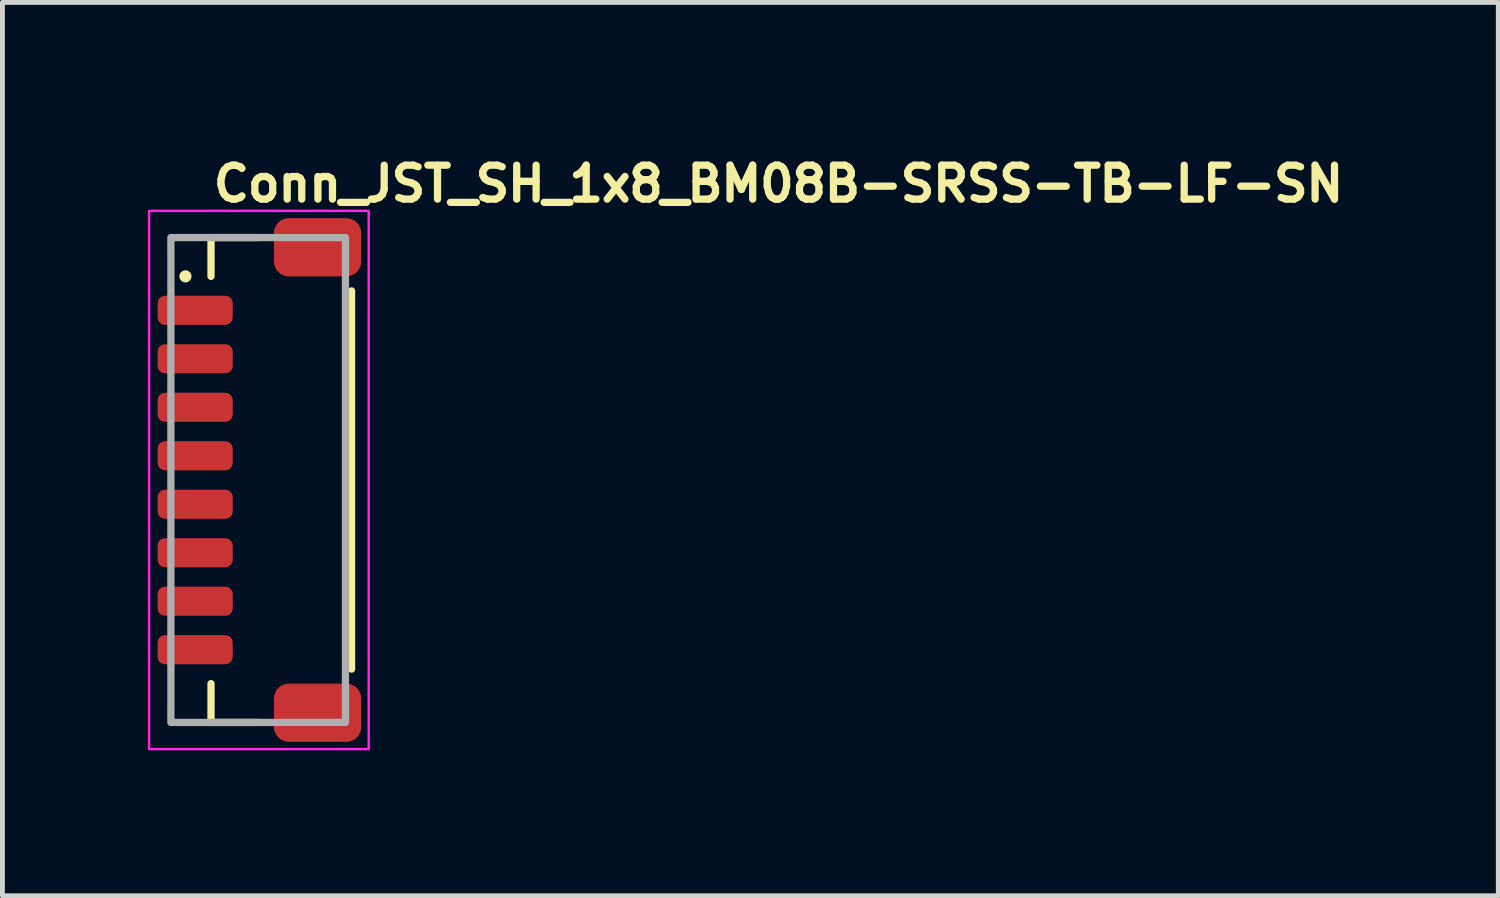
<source format=kicad_pcb>
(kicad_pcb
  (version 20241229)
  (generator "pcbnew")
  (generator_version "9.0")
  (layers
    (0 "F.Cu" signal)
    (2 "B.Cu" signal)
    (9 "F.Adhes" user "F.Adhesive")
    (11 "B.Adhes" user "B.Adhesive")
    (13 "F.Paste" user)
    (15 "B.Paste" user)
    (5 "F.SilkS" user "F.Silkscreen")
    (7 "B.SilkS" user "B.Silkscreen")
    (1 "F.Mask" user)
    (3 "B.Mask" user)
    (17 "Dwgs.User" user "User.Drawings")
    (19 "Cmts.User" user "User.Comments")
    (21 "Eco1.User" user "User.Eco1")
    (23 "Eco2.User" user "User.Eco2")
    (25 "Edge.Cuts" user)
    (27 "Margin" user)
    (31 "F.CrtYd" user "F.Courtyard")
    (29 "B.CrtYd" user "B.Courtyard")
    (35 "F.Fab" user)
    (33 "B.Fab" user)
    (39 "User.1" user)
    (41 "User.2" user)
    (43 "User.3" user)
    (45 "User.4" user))
  (footprint "Conn_JST_SH_1x8_BM08B-SRSS-TB-LF-SN"
    (layer "F.Cu")
    (at 2.275 6.85)
    (property "Reference" "Conn_JST_SH_1x8_BM08B-SRSS-TB-LF-SN" (at -1 -5.7 0) (layer "F.SilkS") (effects (font (size 0.7 0.7) (thickness 0.15)) (justify left bottom)))
    (attr smd)
    (fp_line (start -0.973 -5) (end 0 -5) (stroke (width 0.15) (type solid)) (layer "F.SilkS"))
    (fp_line (start -0.973 -4.2) (end -0.973 -5) (stroke (width 0.15) (type solid)) (layer "F.SilkS"))
    (fp_line (start -0.973 4.2) (end -0.973 5) (stroke (width 0.15) (type solid)) (layer "F.SilkS"))
    (fp_line (start -0.973 5) (end 0 5) (stroke (width 0.15) (type solid)) (layer "F.SilkS"))
    (fp_line (start 1.926 3.9) (end 1.926 -3.9) (stroke (width 0.15) (type solid)) (layer "F.SilkS"))
    (fp_circle (center -1.5 -4.2) (end -1.45 -4.2) (stroke (width 0.15) (type solid)) (fill yes) (layer "F.SilkS"))
    (fp_rect (start -2.25 -5.55) (end 2.28 5.55) (stroke (width 0.05) (type solid)) (fill no) (layer "F.CrtYd"))
    (fp_rect (start -1.8 -5) (end 1.8 5) (stroke (width 0.15) (type solid)) (fill no) (layer "F.Fab"))
    (fp_rect (start -1.8 -5) (end 1.8 5) (stroke (width 0.1) (type solid)) (fill no) (layer "User.5"))
    (fp_line (start -1.8 -3.6) (end -1.8 -3.4) (stroke (width 0.02) (type solid)) (layer "User.9"))
    (fp_line (start -1.8 -3.6) (end -1.1 -3.6) (stroke (width 0.02) (type solid)) (layer "User.9"))
    (fp_line (start -1.8 -3.4) (end -1.1 -3.4) (stroke (width 0.02) (type solid)) (layer "User.9"))
    (fp_line (start -1.8 -2.6) (end -1.8 -2.4) (stroke (width 0.02) (type solid)) (layer "User.9"))
    (fp_line (start -1.8 -2.6) (end -1.1 -2.6) (stroke (width 0.02) (type solid)) (layer "User.9"))
    (fp_line (start -1.8 -2.4) (end -1.1 -2.4) (stroke (width 0.02) (type solid)) (layer "User.9"))
    (fp_line (start -1.8 -1.6) (end -1.8 -1.4) (stroke (width 0.02) (type solid)) (layer "User.9"))
    (fp_line (start -1.8 -1.6) (end -1.1 -1.6) (stroke (width 0.02) (type solid)) (layer "User.9"))
    (fp_line (start -1.8 -1.4) (end -1.1 -1.4) (stroke (width 0.02) (type solid)) (layer "User.9"))
    (fp_line (start -1.8 -0.6) (end -1.8 -0.4) (stroke (width 0.02) (type solid)) (layer "User.9"))
    (fp_line (start -1.8 -0.6) (end -1.1 -0.6) (stroke (width 0.02) (type solid)) (layer "User.9"))
    (fp_line (start -1.8 -0.4) (end -1.1 -0.4) (stroke (width 0.02) (type solid)) (layer "User.9"))
    (fp_line (start -1.8 0.4) (end -1.8 0.6) (stroke (width 0.02) (type solid)) (layer "User.9"))
    (fp_line (start -1.8 0.4) (end -1.1 0.4) (stroke (width 0.02) (type solid)) (layer "User.9"))
    (fp_line (start -1.8 0.6) (end -1.1 0.6) (stroke (width 0.02) (type solid)) (layer "User.9"))
    (fp_line (start -1.8 1.4) (end -1.8 1.6) (stroke (width 0.02) (type solid)) (layer "User.9"))
    (fp_line (start -1.8 1.4) (end -1.1 1.4) (stroke (width 0.02) (type solid)) (layer "User.9"))
    (fp_line (start -1.8 1.6) (end -1.1 1.6) (stroke (width 0.02) (type solid)) (layer "User.9"))
    (fp_line (start -1.8 2.4) (end -1.8 2.6) (stroke (width 0.02) (type solid)) (layer "User.9"))
    (fp_line (start -1.8 2.4) (end -1.1 2.4) (stroke (width 0.02) (type solid)) (layer "User.9"))
    (fp_line (start -1.8 2.6) (end -1.1 2.6) (stroke (width 0.02) (type solid)) (layer "User.9"))
    (fp_line (start -1.8 3.4) (end -1.8 3.6) (stroke (width 0.02) (type solid)) (layer "User.9"))
    (fp_line (start -1.8 3.4) (end -1.1 3.4) (stroke (width 0.02) (type solid)) (layer "User.9"))
    (fp_line (start -1.8 3.6) (end -1.1 3.6) (stroke (width 0.02) (type solid)) (layer "User.9"))
    (fp_line (start -1.1 -5) (end -0.55 -5) (stroke (width 0.02) (type solid)) (layer "User.9"))
    (fp_line (start -1.1 -4.5) (end -1.1 -5) (stroke (width 0.02) (type solid)) (layer "User.9"))
    (fp_line (start -1.1 -4.5) (end -1.1 4.5) (stroke (width 0.02) (type solid)) (layer "User.9"))
    (fp_line (start -1.1 4.5) (end -1.1 5) (stroke (width 0.02) (type solid)) (layer "User.9"))
    (fp_line (start -1.1 5) (end -0.55 5) (stroke (width 0.02) (type solid)) (layer "User.9"))
    (fp_line (start -0.7 -4.2) (end -0.7 4.2) (stroke (width 0.02) (type solid)) (layer "User.9"))
    (fp_line (start -0.7 4.2) (end 0.3 4.2) (stroke (width 0.02) (type solid)) (layer "User.9"))
    (fp_line (start -0.55 -5) (end 0.1 -5) (stroke (width 0.02) (type solid)) (layer "User.9"))
    (fp_line (start -0.55 -4.5) (end -0.55 -5) (stroke (width 0.02) (type solid)) (layer "User.9"))
    (fp_line (start -0.55 4.5) (end -0.55 5) (stroke (width 0.02) (type solid)) (layer "User.9"))
    (fp_line (start -0.55 5) (end 0.1 5) (stroke (width 0.02) (type solid)) (layer "User.9"))
    (fp_line (start 0.1 -4.5) (end -1.1 -4.5) (stroke (width 0.02) (type solid)) (layer "User.9"))
    (fp_line (start 0.1 -4.5) (end 0.1 -5) (stroke (width 0.02) (type solid)) (layer "User.9"))
    (fp_line (start 0.1 4.5) (end -1.1 4.5) (stroke (width 0.02) (type solid)) (layer "User.9"))
    (fp_line (start 0.1 4.5) (end 0.1 5) (stroke (width 0.02) (type solid)) (layer "User.9"))
    (fp_line (start 0.3 -4.55) (end 0.3 -4.2) (stroke (width 0.02) (type solid)) (layer "User.9"))
    (fp_line (start 0.3 -4.2) (end -0.7 -4.2) (stroke (width 0.02) (type solid)) (layer "User.9"))
    (fp_line (start 0.3 -4.2) (end 0.9 -4.2) (stroke (width 0.02) (type solid)) (layer "User.9"))
    (fp_line (start 0.3 4.2) (end 0.3 4.55) (stroke (width 0.02) (type solid)) (layer "User.9"))
    (fp_line (start 0.3 4.55) (end 0.9 4.55) (stroke (width 0.02) (type solid)) (layer "User.9"))
    (fp_line (start 0.5 -3.6) (end 0.5 -3.4) (stroke (width 0.02) (type solid)) (layer "User.9"))
    (fp_line (start 0.5 -3.6) (end 0.63 -3.6) (stroke (width 0.02) (type solid)) (layer "User.9"))
    (fp_line (start 0.5 -3.4) (end 0.63 -3.4) (stroke (width 0.02) (type solid)) (layer "User.9"))
    (fp_line (start 0.5 -2.6) (end 0.5 -2.4) (stroke (width 0.02) (type solid)) (layer "User.9"))
    (fp_line (start 0.5 -2.6) (end 0.63 -2.6) (stroke (width 0.02) (type solid)) (layer "User.9"))
    (fp_line (start 0.5 -2.4) (end 0.63 -2.4) (stroke (width 0.02) (type solid)) (layer "User.9"))
    (fp_line (start 0.5 -1.6) (end 0.5 -1.4) (stroke (width 0.02) (type solid)) (layer "User.9"))
    (fp_line (start 0.5 -1.6) (end 0.63 -1.6) (stroke (width 0.02) (type solid)) (layer "User.9"))
    (fp_line (start 0.5 -1.4) (end 0.63 -1.4) (stroke (width 0.02) (type solid)) (layer "User.9"))
    (fp_line (start 0.5 -0.6) (end 0.5 -0.4) (stroke (width 0.02) (type solid)) (layer "User.9"))
    (fp_line (start 0.5 -0.6) (end 0.63 -0.6) (stroke (width 0.02) (type solid)) (layer "User.9"))
    (fp_line (start 0.5 -0.4) (end 0.63 -0.4) (stroke (width 0.02) (type solid)) (layer "User.9"))
    (fp_line (start 0.5 0.4) (end 0.5 0.6) (stroke (width 0.02) (type solid)) (layer "User.9"))
    (fp_line (start 0.5 0.4) (end 0.63 0.4) (stroke (width 0.02) (type solid)) (layer "User.9"))
    (fp_line (start 0.5 0.6) (end 0.63 0.6) (stroke (width 0.02) (type solid)) (layer "User.9"))
    (fp_line (start 0.5 1.4) (end 0.5 1.6) (stroke (width 0.02) (type solid)) (layer "User.9"))
    (fp_line (start 0.5 1.4) (end 0.63 1.4) (stroke (width 0.02) (type solid)) (layer "User.9"))
    (fp_line (start 0.5 1.6) (end 0.63 1.6) (stroke (width 0.02) (type solid)) (layer "User.9"))
    (fp_line (start 0.5 2.4) (end 0.5 2.6) (stroke (width 0.02) (type solid)) (layer "User.9"))
    (fp_line (start 0.5 2.4) (end 0.63 2.4) (stroke (width 0.02) (type solid)) (layer "User.9"))
    (fp_line (start 0.5 2.6) (end 0.63 2.6) (stroke (width 0.02) (type solid)) (layer "User.9"))
    (fp_line (start 0.5 3.4) (end 0.5 3.6) (stroke (width 0.02) (type solid)) (layer "User.9"))
    (fp_line (start 0.5 3.4) (end 0.63 3.4) (stroke (width 0.02) (type solid)) (layer "User.9"))
    (fp_line (start 0.5 3.6) (end 0.63 3.6) (stroke (width 0.02) (type solid)) (layer "User.9"))
    (fp_line (start 0.63 -3.6) (end 0.63 -3.4) (stroke (width 0.02) (type solid)) (layer "User.9"))
    (fp_line (start 0.63 -3.6) (end 0.98 -3.6) (stroke (width 0.02) (type solid)) (layer "User.9"))
    (fp_line (start 0.63 -3.4) (end 0.98 -3.4) (stroke (width 0.02) (type solid)) (layer "User.9"))
    (fp_line (start 0.63 -2.6) (end 0.63 -2.4) (stroke (width 0.02) (type solid)) (layer "User.9"))
    (fp_line (start 0.63 -2.6) (end 0.98 -2.6) (stroke (width 0.02) (type solid)) (layer "User.9"))
    (fp_line (start 0.63 -2.4) (end 0.98 -2.4) (stroke (width 0.02) (type solid)) (layer "User.9"))
    (fp_line (start 0.63 -1.6) (end 0.63 -1.4) (stroke (width 0.02) (type solid)) (layer "User.9"))
    (fp_line (start 0.63 -1.6) (end 0.98 -1.6) (stroke (width 0.02) (type solid)) (layer "User.9"))
    (fp_line (start 0.63 -1.4) (end 0.98 -1.4) (stroke (width 0.02) (type solid)) (layer "User.9"))
    (fp_line (start 0.63 -0.6) (end 0.63 -0.4) (stroke (width 0.02) (type solid)) (layer "User.9"))
    (fp_line (start 0.63 -0.6) (end 0.98 -0.6) (stroke (width 0.02) (type solid)) (layer "User.9"))
    (fp_line (start 0.63 -0.4) (end 0.98 -0.4) (stroke (width 0.02) (type solid)) (layer "User.9"))
    (fp_line (start 0.63 0.4) (end 0.63 0.6) (stroke (width 0.02) (type solid)) (layer "User.9"))
    (fp_line (start 0.63 0.4) (end 0.98 0.4) (stroke (width 0.02) (type solid)) (layer "User.9"))
    (fp_line (start 0.63 0.6) (end 0.98 0.6) (stroke (width 0.02) (type solid)) (layer "User.9"))
    (fp_line (start 0.63 1.4) (end 0.63 1.6) (stroke (width 0.02) (type solid)) (layer "User.9"))
    (fp_line (start 0.63 1.4) (end 0.98 1.4) (stroke (width 0.02) (type solid)) (layer "User.9"))
    (fp_line (start 0.63 1.6) (end 0.98 1.6) (stroke (width 0.02) (type solid)) (layer "User.9"))
    (fp_line (start 0.63 2.4) (end 0.63 2.6) (stroke (width 0.02) (type solid)) (layer "User.9"))
    (fp_line (start 0.63 2.4) (end 0.98 2.4) (stroke (width 0.02) (type solid)) (layer "User.9"))
    (fp_line (start 0.63 2.6) (end 0.98 2.6) (stroke (width 0.02) (type solid)) (layer "User.9"))
    (fp_line (start 0.63 3.4) (end 0.63 3.6) (stroke (width 0.02) (type solid)) (layer "User.9"))
    (fp_line (start 0.63 3.4) (end 0.98 3.4) (stroke (width 0.02) (type solid)) (layer "User.9"))
    (fp_line (start 0.63 3.6) (end 0.98 3.6) (stroke (width 0.02) (type solid)) (layer "User.9"))
    (fp_line (start 0.9 -4.55) (end 0.3 -4.55) (stroke (width 0.02) (type solid)) (layer "User.9"))
    (fp_line (start 0.9 -4.2) (end 0.9 -4.55) (stroke (width 0.02) (type solid)) (layer "User.9"))
    (fp_line (start 0.9 4.2) (end 0.3 4.2) (stroke (width 0.02) (type solid)) (layer "User.9"))
    (fp_line (start 0.9 4.2) (end 1.4 4.2) (stroke (width 0.02) (type solid)) (layer "User.9"))
    (fp_line (start 0.9 4.55) (end 0.9 4.2) (stroke (width 0.02) (type solid)) (layer "User.9"))
    (fp_line (start 0.98 -3.6) (end 0.98 -3.4) (stroke (width 0.02) (type solid)) (layer "User.9"))
    (fp_line (start 0.98 -2.6) (end 0.98 -2.4) (stroke (width 0.02) (type solid)) (layer "User.9"))
    (fp_line (start 0.98 -1.6) (end 0.98 -1.4) (stroke (width 0.02) (type solid)) (layer "User.9"))
    (fp_line (start 0.98 -0.6) (end 0.98 -0.4) (stroke (width 0.02) (type solid)) (layer "User.9"))
    (fp_line (start 0.98 0.4) (end 0.98 0.6) (stroke (width 0.02) (type solid)) (layer "User.9"))
    (fp_line (start 0.98 1.4) (end 0.98 1.6) (stroke (width 0.02) (type solid)) (layer "User.9"))
    (fp_line (start 0.98 2.4) (end 0.98 2.6) (stroke (width 0.02) (type solid)) (layer "User.9"))
    (fp_line (start 0.98 3.4) (end 0.98 3.6) (stroke (width 0.02) (type solid)) (layer "User.9"))
    (fp_line (start 1.4 -4.2) (end 0.9 -4.2) (stroke (width 0.02) (type solid)) (layer "User.9"))
    (fp_line (start 1.4 4.2) (end 1.4 -4.2) (stroke (width 0.02) (type solid)) (layer "User.9"))
    (fp_line (start 1.8 -5) (end 0.1 -5) (stroke (width 0.02) (type solid)) (layer "User.9"))
    (fp_line (start 1.8 -5) (end 1.8 5) (stroke (width 0.02) (type solid)) (layer "User.9"))
    (fp_line (start 1.8 5) (end 0.1 5) (stroke (width 0.02) (type solid)) (layer "User.9"))
    (pad "1" smd roundrect (at -1.3 -3.5 90) (size 0.6 1.55) (layers "F.Cu" "F.Mask" "F.Paste") (roundrect_rratio 0.25))
    (pad "2" smd roundrect (at -1.3 -2.5 90) (size 0.6 1.55) (layers "F.Cu" "F.Mask" "F.Paste") (roundrect_rratio 0.25))
    (pad "3" smd roundrect (at -1.3 -1.5 90) (size 0.6 1.55) (layers "F.Cu" "F.Mask" "F.Paste") (roundrect_rratio 0.25))
    (pad "4" smd roundrect (at -1.3 -0.5 90) (size 0.6 1.55) (layers "F.Cu" "F.Mask" "F.Paste") (roundrect_rratio 0.25))
    (pad "5" smd roundrect (at -1.3 0.5 90) (size 0.6 1.55) (layers "F.Cu" "F.Mask" "F.Paste") (roundrect_rratio 0.25))
    (pad "6" smd roundrect (at -1.3 1.5 90) (size 0.6 1.55) (layers "F.Cu" "F.Mask" "F.Paste") (roundrect_rratio 0.25))
    (pad "7" smd roundrect (at -1.3 2.5 90) (size 0.6 1.55) (layers "F.Cu" "F.Mask" "F.Paste") (roundrect_rratio 0.25))
    (pad "8" smd roundrect (at -1.3 3.5 90) (size 0.6 1.55) (layers "F.Cu" "F.Mask" "F.Paste") (roundrect_rratio 0.25))
    (pad "MP" smd roundrect (at 1.225 -4.8 90) (size 1.2 1.8) (layers "F.Cu" "F.Mask" "F.Paste") (roundrect_rratio 0.25))
    (pad "MP" smd roundrect (at 1.225 4.8 90) (size 1.2 1.8) (layers "F.Cu" "F.Mask" "F.Paste") (roundrect_rratio 0.25)))
  (gr_rect
    (start -3 -3)
    (end 27.852 15.425)
    (stroke (width 0.1) (type default))
    (fill no)
    (layer "Edge.Cuts")))
</source>
